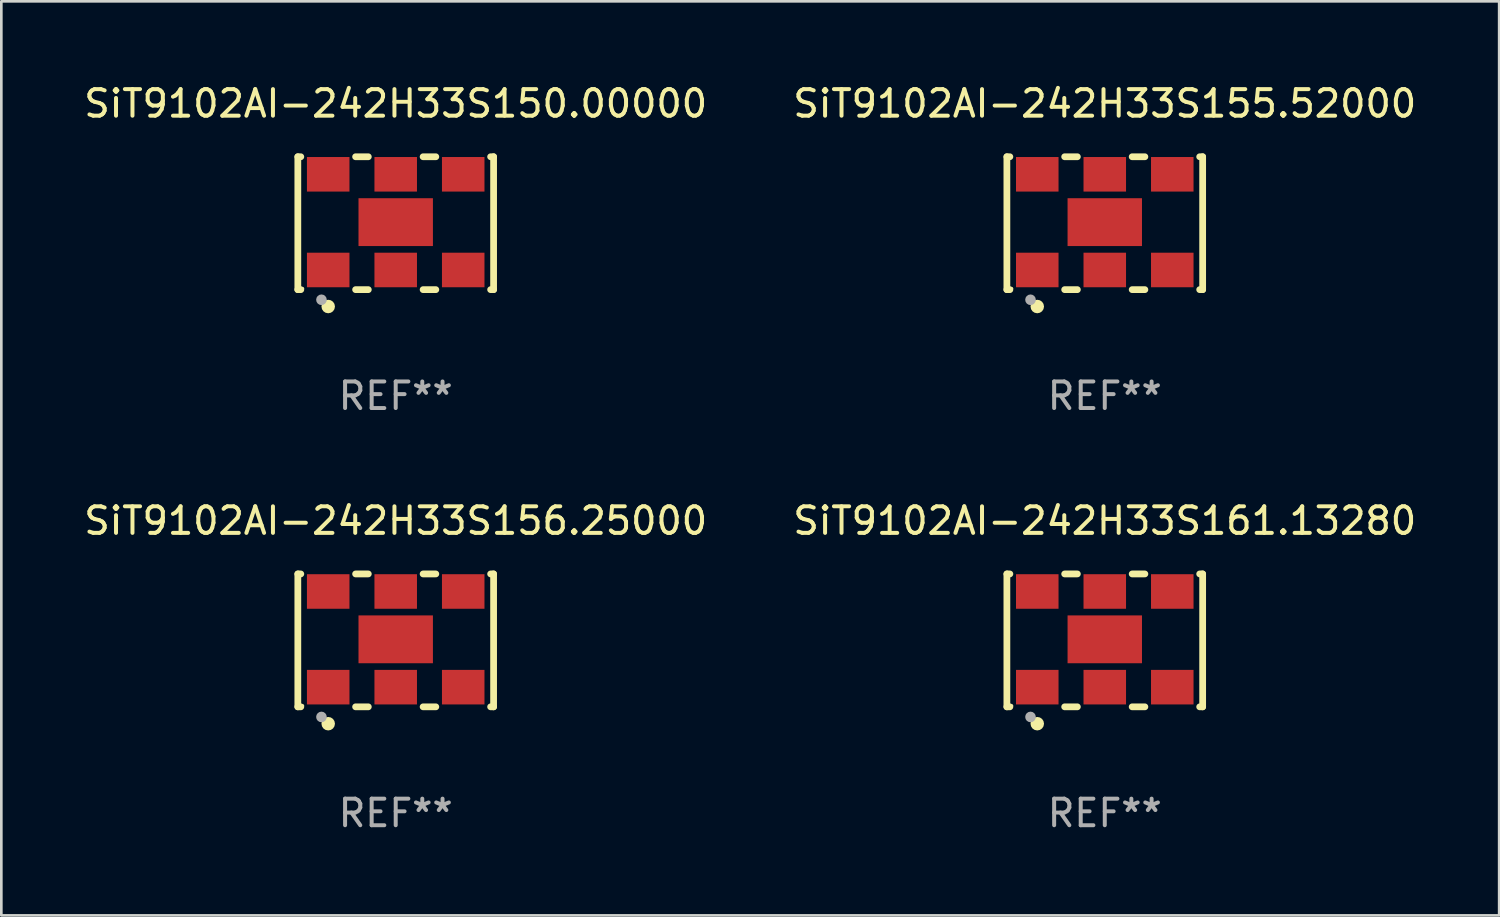
<source format=kicad_pcb>
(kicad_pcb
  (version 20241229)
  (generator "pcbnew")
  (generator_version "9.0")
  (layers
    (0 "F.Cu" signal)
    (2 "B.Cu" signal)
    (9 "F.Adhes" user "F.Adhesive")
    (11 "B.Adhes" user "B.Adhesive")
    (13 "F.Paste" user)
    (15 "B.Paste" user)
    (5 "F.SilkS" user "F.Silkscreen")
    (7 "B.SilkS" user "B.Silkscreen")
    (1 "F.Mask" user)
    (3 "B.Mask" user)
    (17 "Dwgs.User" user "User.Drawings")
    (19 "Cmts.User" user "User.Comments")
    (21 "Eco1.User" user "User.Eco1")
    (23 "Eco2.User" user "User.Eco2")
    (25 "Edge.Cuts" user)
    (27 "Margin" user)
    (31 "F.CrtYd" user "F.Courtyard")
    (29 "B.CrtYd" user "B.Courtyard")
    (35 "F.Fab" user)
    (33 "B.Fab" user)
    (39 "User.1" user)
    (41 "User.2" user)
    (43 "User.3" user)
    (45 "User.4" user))
  (footprint "SiT9102AI-242H33S150.00000"
    (layer "F.Cu")
    (at 11.839 5.348)
    (property "Reference" "SiT9102AI-242H33S150.00000" (at 0 -4.5 0) (layer "F.SilkS") (effects (font (size 1 1) (thickness 0.15))))
    (attr through_hole)
    (fp_line (start -3.683 -2.5) (end -3.571 -2.5) (stroke (width 0.254) (type solid)) (layer "F.SilkS"))
    (fp_line (start -3.683 2.5) (end -3.683 -2.5) (stroke (width 0.254) (type solid)) (layer "F.SilkS"))
    (fp_line (start -3.683 2.5) (end -3.571 2.5) (stroke (width 0.254) (type solid)) (layer "F.SilkS"))
    (fp_line (start -1.509 -2.5) (end -1.031 -2.5) (stroke (width 0.254) (type solid)) (layer "F.SilkS"))
    (fp_line (start -1.509 2.5) (end -1.031 2.5) (stroke (width 0.254) (type solid)) (layer "F.SilkS"))
    (fp_line (start 1.031 -2.5) (end 1.509 -2.5) (stroke (width 0.254) (type solid)) (layer "F.SilkS"))
    (fp_line (start 1.031 2.5) (end 1.509 2.5) (stroke (width 0.254) (type solid)) (layer "F.SilkS"))
    (fp_line (start 3.571 -2.5) (end 3.683 -2.5) (stroke (width 0.254) (type solid)) (layer "F.SilkS"))
    (fp_line (start 3.571 2.5) (end 3.683 2.5) (stroke (width 0.254) (type solid)) (layer "F.SilkS"))
    (fp_line (start 3.683 2.5) (end 3.683 -2.5) (stroke (width 0.254) (type solid)) (layer "F.SilkS"))
    (fp_circle (center -3.5 2.46) (end -3.47 2.46) (stroke (width 0.06) (type solid)) (fill no) (layer "F.SilkS"))
    (fp_circle (center -2.54 3.135) (end -2.413 3.135) (stroke (width 0.254) (type solid)) (fill no) (layer "F.SilkS"))
    (fp_circle (center -2.794 2.881) (end -2.694 2.881) (stroke (width 0.2) (type solid)) (fill no) (layer "F.Fab"))
    (fp_text user "REF**" (at 0 6.5 0) (layer "F.Fab") (effects (font (size 1 1) (thickness 0.15))))
    (pad "1" smd rect (at -2.54 1.76) (size 1.6 1.3) (layers "F.Cu" "F.Mask" "F.Paste"))
    (pad "2" smd rect (at 0 1.76) (size 1.6 1.3) (layers "F.Cu" "F.Mask" "F.Paste"))
    (pad "3" smd rect (at 2.54 1.76) (size 1.6 1.3) (layers "F.Cu" "F.Mask" "F.Paste"))
    (pad "4" smd rect (at 2.54 -1.84) (size 1.6 1.3) (layers "F.Cu" "F.Mask" "F.Paste"))
    (pad "5" smd rect (at 0 -1.84) (size 1.6 1.3) (layers "F.Cu" "F.Mask" "F.Paste"))
    (pad "6" smd rect (at -2.54 -1.84) (size 1.6 1.3) (layers "F.Cu" "F.Mask" "F.Paste"))
    (pad "7" smd rect (at 0 -0.04) (size 2.8 1.8) (layers "F.Cu" "F.Mask" "F.Paste")))
  (footprint "SiT9102AI-242H33S156.25000"
    (layer "F.Cu")
    (at 11.839 21.045)
    (property "Reference" "SiT9102AI-242H33S156.25000" (at 0 -4.5 0) (layer "F.SilkS") (effects (font (size 1 1) (thickness 0.15))))
    (attr through_hole)
    (fp_line (start -3.683 -2.5) (end -3.571 -2.5) (stroke (width 0.254) (type solid)) (layer "F.SilkS"))
    (fp_line (start -3.683 2.5) (end -3.683 -2.5) (stroke (width 0.254) (type solid)) (layer "F.SilkS"))
    (fp_line (start -3.683 2.5) (end -3.571 2.5) (stroke (width 0.254) (type solid)) (layer "F.SilkS"))
    (fp_line (start -1.509 -2.5) (end -1.031 -2.5) (stroke (width 0.254) (type solid)) (layer "F.SilkS"))
    (fp_line (start -1.509 2.5) (end -1.031 2.5) (stroke (width 0.254) (type solid)) (layer "F.SilkS"))
    (fp_line (start 1.031 -2.5) (end 1.509 -2.5) (stroke (width 0.254) (type solid)) (layer "F.SilkS"))
    (fp_line (start 1.031 2.5) (end 1.509 2.5) (stroke (width 0.254) (type solid)) (layer "F.SilkS"))
    (fp_line (start 3.571 -2.5) (end 3.683 -2.5) (stroke (width 0.254) (type solid)) (layer "F.SilkS"))
    (fp_line (start 3.571 2.5) (end 3.683 2.5) (stroke (width 0.254) (type solid)) (layer "F.SilkS"))
    (fp_line (start 3.683 2.5) (end 3.683 -2.5) (stroke (width 0.254) (type solid)) (layer "F.SilkS"))
    (fp_circle (center -3.5 2.46) (end -3.47 2.46) (stroke (width 0.06) (type solid)) (fill no) (layer "F.SilkS"))
    (fp_circle (center -2.54 3.135) (end -2.413 3.135) (stroke (width 0.254) (type solid)) (fill no) (layer "F.SilkS"))
    (fp_circle (center -2.794 2.881) (end -2.694 2.881) (stroke (width 0.2) (type solid)) (fill no) (layer "F.Fab"))
    (fp_text user "REF**" (at 0 6.5 0) (layer "F.Fab") (effects (font (size 1 1) (thickness 0.15))))
    (pad "1" smd rect (at -2.54 1.76) (size 1.6 1.3) (layers "F.Cu" "F.Mask" "F.Paste"))
    (pad "2" smd rect (at 0 1.76) (size 1.6 1.3) (layers "F.Cu" "F.Mask" "F.Paste"))
    (pad "3" smd rect (at 2.54 1.76) (size 1.6 1.3) (layers "F.Cu" "F.Mask" "F.Paste"))
    (pad "4" smd rect (at 2.54 -1.84) (size 1.6 1.3) (layers "F.Cu" "F.Mask" "F.Paste"))
    (pad "5" smd rect (at 0 -1.84) (size 1.6 1.3) (layers "F.Cu" "F.Mask" "F.Paste"))
    (pad "6" smd rect (at -2.54 -1.84) (size 1.6 1.3) (layers "F.Cu" "F.Mask" "F.Paste"))
    (pad "7" smd rect (at 0 -0.04) (size 2.8 1.8) (layers "F.Cu" "F.Mask" "F.Paste")))
  (footprint "SiT9102AI-242H33S161.13280"
    (layer "F.Cu")
    (at 38.518 21.045)
    (property "Reference" "SiT9102AI-242H33S161.13280" (at 0 -4.5 0) (layer "F.SilkS") (effects (font (size 1 1) (thickness 0.15))))
    (attr through_hole)
    (fp_line (start -3.683 -2.5) (end -3.571 -2.5) (stroke (width 0.254) (type solid)) (layer "F.SilkS"))
    (fp_line (start -3.683 2.5) (end -3.683 -2.5) (stroke (width 0.254) (type solid)) (layer "F.SilkS"))
    (fp_line (start -3.683 2.5) (end -3.571 2.5) (stroke (width 0.254) (type solid)) (layer "F.SilkS"))
    (fp_line (start -1.509 -2.5) (end -1.031 -2.5) (stroke (width 0.254) (type solid)) (layer "F.SilkS"))
    (fp_line (start -1.509 2.5) (end -1.031 2.5) (stroke (width 0.254) (type solid)) (layer "F.SilkS"))
    (fp_line (start 1.031 -2.5) (end 1.509 -2.5) (stroke (width 0.254) (type solid)) (layer "F.SilkS"))
    (fp_line (start 1.031 2.5) (end 1.509 2.5) (stroke (width 0.254) (type solid)) (layer "F.SilkS"))
    (fp_line (start 3.571 -2.5) (end 3.683 -2.5) (stroke (width 0.254) (type solid)) (layer "F.SilkS"))
    (fp_line (start 3.571 2.5) (end 3.683 2.5) (stroke (width 0.254) (type solid)) (layer "F.SilkS"))
    (fp_line (start 3.683 2.5) (end 3.683 -2.5) (stroke (width 0.254) (type solid)) (layer "F.SilkS"))
    (fp_circle (center -3.5 2.46) (end -3.47 2.46) (stroke (width 0.06) (type solid)) (fill no) (layer "F.SilkS"))
    (fp_circle (center -2.54 3.135) (end -2.413 3.135) (stroke (width 0.254) (type solid)) (fill no) (layer "F.SilkS"))
    (fp_circle (center -2.794 2.881) (end -2.694 2.881) (stroke (width 0.2) (type solid)) (fill no) (layer "F.Fab"))
    (fp_text user "REF**" (at 0 6.5 0) (layer "F.Fab") (effects (font (size 1 1) (thickness 0.15))))
    (pad "1" smd rect (at -2.54 1.76) (size 1.6 1.3) (layers "F.Cu" "F.Mask" "F.Paste"))
    (pad "2" smd rect (at 0 1.76) (size 1.6 1.3) (layers "F.Cu" "F.Mask" "F.Paste"))
    (pad "3" smd rect (at 2.54 1.76) (size 1.6 1.3) (layers "F.Cu" "F.Mask" "F.Paste"))
    (pad "4" smd rect (at 2.54 -1.84) (size 1.6 1.3) (layers "F.Cu" "F.Mask" "F.Paste"))
    (pad "5" smd rect (at 0 -1.84) (size 1.6 1.3) (layers "F.Cu" "F.Mask" "F.Paste"))
    (pad "6" smd rect (at -2.54 -1.84) (size 1.6 1.3) (layers "F.Cu" "F.Mask" "F.Paste"))
    (pad "7" smd rect (at 0 -0.04) (size 2.8 1.8) (layers "F.Cu" "F.Mask" "F.Paste")))
  (footprint "SiT9102AI-242H33S155.52000"
    (layer "F.Cu")
    (at 38.518 5.348)
    (property "Reference" "SiT9102AI-242H33S155.52000" (at 0 -4.5 0) (layer "F.SilkS") (effects (font (size 1 1) (thickness 0.15))))
    (attr through_hole)
    (fp_line (start -3.683 -2.5) (end -3.571 -2.5) (stroke (width 0.254) (type solid)) (layer "F.SilkS"))
    (fp_line (start -3.683 2.5) (end -3.683 -2.5) (stroke (width 0.254) (type solid)) (layer "F.SilkS"))
    (fp_line (start -3.683 2.5) (end -3.571 2.5) (stroke (width 0.254) (type solid)) (layer "F.SilkS"))
    (fp_line (start -1.509 -2.5) (end -1.031 -2.5) (stroke (width 0.254) (type solid)) (layer "F.SilkS"))
    (fp_line (start -1.509 2.5) (end -1.031 2.5) (stroke (width 0.254) (type solid)) (layer "F.SilkS"))
    (fp_line (start 1.031 -2.5) (end 1.509 -2.5) (stroke (width 0.254) (type solid)) (layer "F.SilkS"))
    (fp_line (start 1.031 2.5) (end 1.509 2.5) (stroke (width 0.254) (type solid)) (layer "F.SilkS"))
    (fp_line (start 3.571 -2.5) (end 3.683 -2.5) (stroke (width 0.254) (type solid)) (layer "F.SilkS"))
    (fp_line (start 3.571 2.5) (end 3.683 2.5) (stroke (width 0.254) (type solid)) (layer "F.SilkS"))
    (fp_line (start 3.683 2.5) (end 3.683 -2.5) (stroke (width 0.254) (type solid)) (layer "F.SilkS"))
    (fp_circle (center -3.5 2.46) (end -3.47 2.46) (stroke (width 0.06) (type solid)) (fill no) (layer "F.SilkS"))
    (fp_circle (center -2.54 3.135) (end -2.413 3.135) (stroke (width 0.254) (type solid)) (fill no) (layer "F.SilkS"))
    (fp_circle (center -2.794 2.881) (end -2.694 2.881) (stroke (width 0.2) (type solid)) (fill no) (layer "F.Fab"))
    (fp_text user "REF**" (at 0 6.5 0) (layer "F.Fab") (effects (font (size 1 1) (thickness 0.15))))
    (pad "1" smd rect (at -2.54 1.76) (size 1.6 1.3) (layers "F.Cu" "F.Mask" "F.Paste"))
    (pad "2" smd rect (at 0 1.76) (size 1.6 1.3) (layers "F.Cu" "F.Mask" "F.Paste"))
    (pad "3" smd rect (at 2.54 1.76) (size 1.6 1.3) (layers "F.Cu" "F.Mask" "F.Paste"))
    (pad "4" smd rect (at 2.54 -1.84) (size 1.6 1.3) (layers "F.Cu" "F.Mask" "F.Paste"))
    (pad "5" smd rect (at 0 -1.84) (size 1.6 1.3) (layers "F.Cu" "F.Mask" "F.Paste"))
    (pad "6" smd rect (at -2.54 -1.84) (size 1.6 1.3) (layers "F.Cu" "F.Mask" "F.Paste"))
    (pad "7" smd rect (at 0 -0.04) (size 2.8 1.8) (layers "F.Cu" "F.Mask" "F.Paste")))
  (gr_rect
    (start -3 -3)
    (end 53.357 31.393)
    (stroke (width 0.1) (type default))
    (fill no)
    (layer "Edge.Cuts")))
</source>
